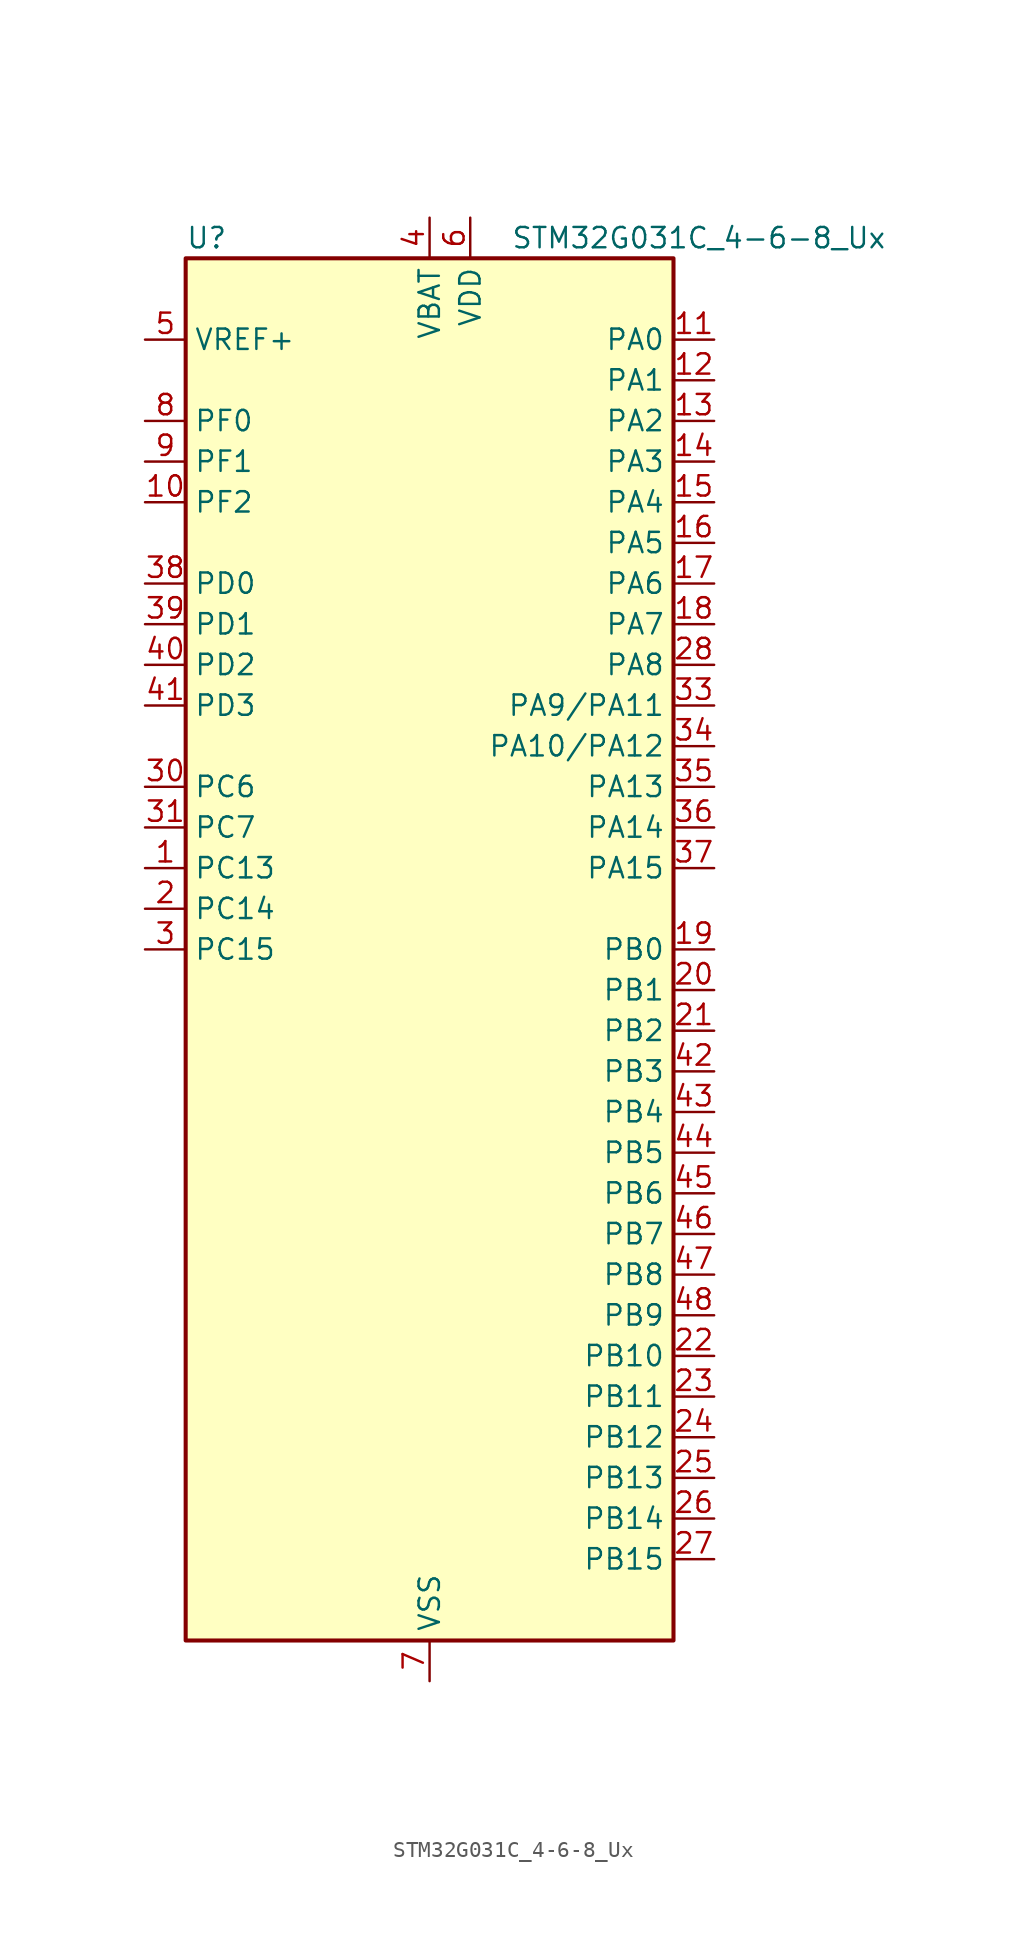
<source format=kicad_sym>
(kicad_symbol_lib
  (version 20241209)
  (generator "kicad_symbol_editor")
  (generator_version "9.0")
  (symbol "STM32G031C_4-6-8_Ux"
    (property "Reference" "U"
      (at -15.24 44.45 0)
      (effects (font (size 1.27 1.27)) (justify left)))
    (property "Value" "STM32G031C_4-6-8_Ux"
      (at 5.08 44.45 0)
      (effects (font (size 1.27 1.27)) (justify left)))
    (symbol "STM32G031C_4-6-8_Ux_0_1"
      (rectangle (start -15.24 -43.18) (end 15.24 43.18) (stroke (width 0.254) (type default)) (fill (type background))))
    (symbol "STM32G031C_4-6-8_Ux_1_1"
      (pin input line (at -17.78 38.1 0) (length 2.54) (name "VREF+" (effects (font (size 1.27 1.27)))) (number "5" (effects (font (size 1.27 1.27)))) (alternate "VREFBUF_OUT" bidirectional line))
      (pin bidirectional line (at -17.78 33.02 0) (length 2.54) (name "PF0" (effects (font (size 1.27 1.27)))) (number "8" (effects (font (size 1.27 1.27)))) (alternate "RCC_OSC_IN" bidirectional line) (alternate "TIM14_CH1" bidirectional line))
      (pin bidirectional line (at -17.78 30.48 0) (length 2.54) (name "PF1" (effects (font (size 1.27 1.27)))) (number "9" (effects (font (size 1.27 1.27)))) (alternate "RCC_OSC_EN" bidirectional line) (alternate "RCC_OSC_OUT" bidirectional line))
      (pin bidirectional line (at -17.78 27.94 0) (length 2.54) (name "PF2" (effects (font (size 1.27 1.27)))) (number "10" (effects (font (size 1.27 1.27)))) (alternate "RCC_MCO" bidirectional line))
      (pin bidirectional line (at -17.78 22.86 0) (length 2.54) (name "PD0" (effects (font (size 1.27 1.27)))) (number "38" (effects (font (size 1.27 1.27)))) (alternate "SPI2_NSS" bidirectional line) (alternate "TIM16_CH1" bidirectional line))
      (pin bidirectional line (at -17.78 20.32 0) (length 2.54) (name "PD1" (effects (font (size 1.27 1.27)))) (number "39" (effects (font (size 1.27 1.27)))) (alternate "SPI2_SCK" bidirectional line) (alternate "TIM17_CH1" bidirectional line))
      (pin bidirectional line (at -17.78 17.78 0) (length 2.54) (name "PD2" (effects (font (size 1.27 1.27)))) (number "40" (effects (font (size 1.27 1.27)))) (alternate "TIM1_CH1N" bidirectional line) (alternate "TIM3_ETR" bidirectional line))
      (pin bidirectional line (at -17.78 15.24 0) (length 2.54) (name "PD3" (effects (font (size 1.27 1.27)))) (number "41" (effects (font (size 1.27 1.27)))) (alternate "SPI2_MISO" bidirectional line) (alternate "TIM1_CH2N" bidirectional line) (alternate "USART2_CTS" bidirectional line) (alternate "USART2_NSS" bidirectional line))
      (pin bidirectional line (at -17.78 10.16 0) (length 2.54) (name "PC6" (effects (font (size 1.27 1.27)))) (number "30" (effects (font (size 1.27 1.27)))) (alternate "TIM2_CH3" bidirectional line) (alternate "TIM3_CH1" bidirectional line))
      (pin bidirectional line (at -17.78 7.62 0) (length 2.54) (name "PC7" (effects (font (size 1.27 1.27)))) (number "31" (effects (font (size 1.27 1.27)))) (alternate "TIM2_CH4" bidirectional line) (alternate "TIM3_CH2" bidirectional line))
      (pin bidirectional line (at -17.78 5.08 0) (length 2.54) (name "PC13" (effects (font (size 1.27 1.27)))) (number "1" (effects (font (size 1.27 1.27)))) (alternate "RTC_OUT_ALARM" bidirectional line) (alternate "RTC_OUT_CALIB" bidirectional line) (alternate "RTC_TAMP_IN1" bidirectional line) (alternate "RTC_TS" bidirectional line) (alternate "SYS_WKUP2" bidirectional line) (alternate "TIM1_BK" bidirectional line))
      (pin bidirectional line (at -17.78 2.54 0) (length 2.54) (name "PC14" (effects (font (size 1.27 1.27)))) (number "2" (effects (font (size 1.27 1.27)))) (alternate "RCC_OSC32_IN" bidirectional line) (alternate "TIM1_BK2" bidirectional line))
      (pin bidirectional line (at -17.78 0 0) (length 2.54) (name "PC15" (effects (font (size 1.27 1.27)))) (number "3" (effects (font (size 1.27 1.27)))) (alternate "RCC_OSC32_EN" bidirectional line) (alternate "RCC_OSC32_OUT" bidirectional line) (alternate "RCC_OSC_EN" bidirectional line))
      (pin no_connect line (at -15.24 -40.64 0) (length 2.54) (hide yes) (name "NC/PA10" (effects (font (size 1.27 1.27)))) (number "32" (effects (font (size 1.27 1.27)))) (alternate "I2C1_SDA (PA10)" bidirectional line) (alternate "NC" bidirectional line) (alternate "PA10" bidirectional line) (alternate "SPI2_MOSI (PA10)" bidirectional line) (alternate "TIM17_BK (PA10)" bidirectional line) (alternate "TIM1_CH3 (PA10)" bidirectional line) (alternate "USART1_RX (PA10)" bidirectional line))
      (pin no_connect line (at -15.24 -43.18 0) (length 2.54) (hide yes) (name "NC/PA9" (effects (font (size 1.27 1.27)))) (number "29" (effects (font (size 1.27 1.27)))) (alternate "I2C1_SCL (PA9)" bidirectional line) (alternate "NC" bidirectional line) (alternate "PA9" bidirectional line) (alternate "RCC_MCO (PA9)" bidirectional line) (alternate "SPI2_MISO (PA9)" bidirectional line) (alternate "TIM1_CH2 (PA9)" bidirectional line) (alternate "USART1_TX (PA9)" bidirectional line))
      (pin power_in line (at 0 45.72 270) (length 2.54) (name "VBAT" (effects (font (size 1.27 1.27)))) (number "4" (effects (font (size 1.27 1.27)))))
      (pin passive line (at 0 -45.72 90) (length 2.54) (hide yes) (name "VSS" (effects (font (size 1.27 1.27)))) (number "49" (effects (font (size 1.27 1.27)))))
      (pin power_in line (at 0 -45.72 90) (length 2.54) (name "VSS" (effects (font (size 1.27 1.27)))) (number "7" (effects (font (size 1.27 1.27)))))
      (pin power_in line (at 2.54 45.72 270) (length 2.54) (name "VDD" (effects (font (size 1.27 1.27)))) (number "6" (effects (font (size 1.27 1.27)))))
      (pin bidirectional line (at 17.78 38.1 180) (length 2.54) (name "PA0" (effects (font (size 1.27 1.27)))) (number "11" (effects (font (size 1.27 1.27)))) (alternate "ADC1_IN0" bidirectional line) (alternate "LPTIM1_OUT" bidirectional line) (alternate "RTC_TAMP_IN2" bidirectional line) (alternate "SPI2_SCK" bidirectional line) (alternate "SYS_WKUP1" bidirectional line) (alternate "TIM2_CH1" bidirectional line) (alternate "TIM2_ETR" bidirectional line) (alternate "USART2_CTS" bidirectional line) (alternate "USART2_NSS" bidirectional line))
      (pin bidirectional line (at 17.78 35.56 180) (length 2.54) (name "PA1" (effects (font (size 1.27 1.27)))) (number "12" (effects (font (size 1.27 1.27)))) (alternate "ADC1_IN1" bidirectional line) (alternate "I2C1_SMBA" bidirectional line) (alternate "I2S1_CK" bidirectional line) (alternate "SPI1_SCK" bidirectional line) (alternate "TIM2_CH2" bidirectional line) (alternate "USART2_CK" bidirectional line) (alternate "USART2_DE" bidirectional line) (alternate "USART2_RTS" bidirectional line))
      (pin bidirectional line (at 17.78 33.02 180) (length 2.54) (name "PA2" (effects (font (size 1.27 1.27)))) (number "13" (effects (font (size 1.27 1.27)))) (alternate "ADC1_IN2" bidirectional line) (alternate "I2S1_SD" bidirectional line) (alternate "LPUART1_TX" bidirectional line) (alternate "RCC_LSCO" bidirectional line) (alternate "SPI1_MOSI" bidirectional line) (alternate "SYS_WKUP4" bidirectional line) (alternate "TIM2_CH3" bidirectional line) (alternate "USART2_TX" bidirectional line))
      (pin bidirectional line (at 17.78 30.48 180) (length 2.54) (name "PA3" (effects (font (size 1.27 1.27)))) (number "14" (effects (font (size 1.27 1.27)))) (alternate "ADC1_IN3" bidirectional line) (alternate "LPUART1_RX" bidirectional line) (alternate "SPI2_MISO" bidirectional line) (alternate "TIM2_CH4" bidirectional line) (alternate "USART2_RX" bidirectional line))
      (pin bidirectional line (at 17.78 27.94 180) (length 2.54) (name "PA4" (effects (font (size 1.27 1.27)))) (number "15" (effects (font (size 1.27 1.27)))) (alternate "ADC1_IN4" bidirectional line) (alternate "I2S1_WS" bidirectional line) (alternate "LPTIM2_OUT" bidirectional line) (alternate "RTC_OUT_ALARM" bidirectional line) (alternate "RTC_OUT_CALIB" bidirectional line) (alternate "SPI1_NSS" bidirectional line) (alternate "SPI2_MOSI" bidirectional line) (alternate "TIM14_CH1" bidirectional line))
      (pin bidirectional line (at 17.78 25.4 180) (length 2.54) (name "PA5" (effects (font (size 1.27 1.27)))) (number "16" (effects (font (size 1.27 1.27)))) (alternate "ADC1_IN5" bidirectional line) (alternate "I2S1_CK" bidirectional line) (alternate "LPTIM2_ETR" bidirectional line) (alternate "SPI1_SCK" bidirectional line) (alternate "TIM2_CH1" bidirectional line) (alternate "TIM2_ETR" bidirectional line))
      (pin bidirectional line (at 17.78 22.86 180) (length 2.54) (name "PA6" (effects (font (size 1.27 1.27)))) (number "17" (effects (font (size 1.27 1.27)))) (alternate "ADC1_IN6" bidirectional line) (alternate "I2S1_MCK" bidirectional line) (alternate "LPUART1_CTS" bidirectional line) (alternate "SPI1_MISO" bidirectional line) (alternate "TIM16_CH1" bidirectional line) (alternate "TIM1_BK" bidirectional line) (alternate "TIM3_CH1" bidirectional line))
      (pin bidirectional line (at 17.78 20.32 180) (length 2.54) (name "PA7" (effects (font (size 1.27 1.27)))) (number "18" (effects (font (size 1.27 1.27)))) (alternate "ADC1_IN7" bidirectional line) (alternate "I2S1_SD" bidirectional line) (alternate "SPI1_MOSI" bidirectional line) (alternate "TIM14_CH1" bidirectional line) (alternate "TIM17_CH1" bidirectional line) (alternate "TIM1_CH1N" bidirectional line) (alternate "TIM3_CH2" bidirectional line))
      (pin bidirectional line (at 17.78 17.78 180) (length 2.54) (name "PA8" (effects (font (size 1.27 1.27)))) (number "28" (effects (font (size 1.27 1.27)))) (alternate "LPTIM2_OUT" bidirectional line) (alternate "RCC_MCO" bidirectional line) (alternate "SPI2_NSS" bidirectional line) (alternate "TIM1_CH1" bidirectional line))
      (pin bidirectional line (at 17.78 15.24 180) (length 2.54) (name "PA9/PA11" (effects (font (size 1.27 1.27)))) (number "33" (effects (font (size 1.27 1.27)))) (alternate "ADC1_EXTI11 (PA11)" bidirectional line) (alternate "I2C1_SCL (PA9)" bidirectional line) (alternate "I2C2_SCL (PA11)" bidirectional line) (alternate "I2S1_MCK (PA11)" bidirectional line) (alternate "PA11" bidirectional line) (alternate "PA9" bidirectional line) (alternate "RCC_MCO (PA9)" bidirectional line) (alternate "SPI1_MISO (PA11)" bidirectional line) (alternate "SPI2_MISO (PA9)" bidirectional line) (alternate "TIM1_BK2 (PA11)" bidirectional line) (alternate "TIM1_CH2 (PA9)" bidirectional line) (alternate "TIM1_CH4 (PA11)" bidirectional line) (alternate "USART1_CTS (PA11)" bidirectional line) (alternate "USART1_NSS (PA11)" bidirectional line) (alternate "USART1_TX (PA9)" bidirectional line))
      (pin bidirectional line (at 17.78 12.7 180) (length 2.54) (name "PA10/PA12" (effects (font (size 1.27 1.27)))) (number "34" (effects (font (size 1.27 1.27)))) (alternate "I2C1_SDA (PA10)" bidirectional line) (alternate "I2C2_SDA (PA12)" bidirectional line) (alternate "I2S1_SD (PA12)" bidirectional line) (alternate "I2S_CKIN (PA12)" bidirectional line) (alternate "PA10" bidirectional line) (alternate "PA12" bidirectional line) (alternate "SPI1_MOSI (PA12)" bidirectional line) (alternate "SPI2_MOSI (PA10)" bidirectional line) (alternate "TIM17_BK (PA10)" bidirectional line) (alternate "TIM1_CH3 (PA10)" bidirectional line) (alternate "TIM1_ETR (PA12)" bidirectional line) (alternate "USART1_CK (PA12)" bidirectional line) (alternate "USART1_DE (PA12)" bidirectional line) (alternate "USART1_RTS (PA12)" bidirectional line) (alternate "USART1_RX (PA10)" bidirectional line))
      (pin bidirectional line (at 17.78 10.16 180) (length 2.54) (name "PA13" (effects (font (size 1.27 1.27)))) (number "35" (effects (font (size 1.27 1.27)))) (alternate "ADC1_IN17" bidirectional line) (alternate "IR_OUT" bidirectional line) (alternate "SYS_SWDIO" bidirectional line))
      (pin bidirectional line (at 17.78 7.62 180) (length 2.54) (name "PA14" (effects (font (size 1.27 1.27)))) (number "36" (effects (font (size 1.27 1.27)))) (alternate "ADC1_IN18" bidirectional line) (alternate "SYS_SWCLK" bidirectional line) (alternate "USART2_TX" bidirectional line))
      (pin bidirectional line (at 17.78 5.08 180) (length 2.54) (name "PA15" (effects (font (size 1.27 1.27)))) (number "37" (effects (font (size 1.27 1.27)))) (alternate "I2S1_WS" bidirectional line) (alternate "SPI1_NSS" bidirectional line) (alternate "TIM2_CH1" bidirectional line) (alternate "TIM2_ETR" bidirectional line) (alternate "USART2_RX" bidirectional line))
      (pin bidirectional line (at 17.78 0 180) (length 2.54) (name "PB0" (effects (font (size 1.27 1.27)))) (number "19" (effects (font (size 1.27 1.27)))) (alternate "ADC1_IN8" bidirectional line) (alternate "I2S1_WS" bidirectional line) (alternate "LPTIM1_OUT" bidirectional line) (alternate "SPI1_NSS" bidirectional line) (alternate "TIM1_CH2N" bidirectional line) (alternate "TIM3_CH3" bidirectional line))
      (pin bidirectional line (at 17.78 -2.54 180) (length 2.54) (name "PB1" (effects (font (size 1.27 1.27)))) (number "20" (effects (font (size 1.27 1.27)))) (alternate "ADC1_IN9" bidirectional line) (alternate "LPTIM2_IN1" bidirectional line) (alternate "LPUART1_DE" bidirectional line) (alternate "LPUART1_RTS" bidirectional line) (alternate "TIM14_CH1" bidirectional line) (alternate "TIM1_CH3N" bidirectional line) (alternate "TIM3_CH4" bidirectional line))
      (pin bidirectional line (at 17.78 -5.08 180) (length 2.54) (name "PB2" (effects (font (size 1.27 1.27)))) (number "21" (effects (font (size 1.27 1.27)))) (alternate "ADC1_IN10" bidirectional line) (alternate "LPTIM1_OUT" bidirectional line) (alternate "SPI2_MISO" bidirectional line))
      (pin bidirectional line (at 17.78 -7.62 180) (length 2.54) (name "PB3" (effects (font (size 1.27 1.27)))) (number "42" (effects (font (size 1.27 1.27)))) (alternate "I2S1_CK" bidirectional line) (alternate "SPI1_SCK" bidirectional line) (alternate "TIM1_CH2" bidirectional line) (alternate "TIM2_CH2" bidirectional line) (alternate "USART1_CK" bidirectional line) (alternate "USART1_DE" bidirectional line) (alternate "USART1_RTS" bidirectional line))
      (pin bidirectional line (at 17.78 -10.16 180) (length 2.54) (name "PB4" (effects (font (size 1.27 1.27)))) (number "43" (effects (font (size 1.27 1.27)))) (alternate "I2S1_MCK" bidirectional line) (alternate "SPI1_MISO" bidirectional line) (alternate "TIM17_BK" bidirectional line) (alternate "TIM3_CH1" bidirectional line) (alternate "USART1_CTS" bidirectional line) (alternate "USART1_NSS" bidirectional line))
      (pin bidirectional line (at 17.78 -12.7 180) (length 2.54) (name "PB5" (effects (font (size 1.27 1.27)))) (number "44" (effects (font (size 1.27 1.27)))) (alternate "I2C1_SMBA" bidirectional line) (alternate "I2S1_SD" bidirectional line) (alternate "LPTIM1_IN1" bidirectional line) (alternate "SPI1_MOSI" bidirectional line) (alternate "SYS_WKUP6" bidirectional line) (alternate "TIM16_BK" bidirectional line) (alternate "TIM3_CH2" bidirectional line))
      (pin bidirectional line (at 17.78 -15.24 180) (length 2.54) (name "PB6" (effects (font (size 1.27 1.27)))) (number "45" (effects (font (size 1.27 1.27)))) (alternate "I2C1_SCL" bidirectional line) (alternate "LPTIM1_ETR" bidirectional line) (alternate "SPI2_MISO" bidirectional line) (alternate "TIM16_CH1N" bidirectional line) (alternate "TIM1_CH3" bidirectional line) (alternate "USART1_TX" bidirectional line))
      (pin bidirectional line (at 17.78 -17.78 180) (length 2.54) (name "PB7" (effects (font (size 1.27 1.27)))) (number "46" (effects (font (size 1.27 1.27)))) (alternate "I2C1_SDA" bidirectional line) (alternate "LPTIM1_IN2" bidirectional line) (alternate "SPI2_MOSI" bidirectional line) (alternate "SYS_PVD_IN" bidirectional line) (alternate "TIM17_CH1N" bidirectional line) (alternate "USART1_RX" bidirectional line))
      (pin bidirectional line (at 17.78 -20.32 180) (length 2.54) (name "PB8" (effects (font (size 1.27 1.27)))) (number "47" (effects (font (size 1.27 1.27)))) (alternate "I2C1_SCL" bidirectional line) (alternate "SPI2_SCK" bidirectional line) (alternate "TIM16_CH1" bidirectional line))
      (pin bidirectional line (at 17.78 -22.86 180) (length 2.54) (name "PB9" (effects (font (size 1.27 1.27)))) (number "48" (effects (font (size 1.27 1.27)))) (alternate "I2C1_SDA" bidirectional line) (alternate "IR_OUT" bidirectional line) (alternate "SPI2_NSS" bidirectional line) (alternate "TIM17_CH1" bidirectional line))
      (pin bidirectional line (at 17.78 -25.4 180) (length 2.54) (name "PB10" (effects (font (size 1.27 1.27)))) (number "22" (effects (font (size 1.27 1.27)))) (alternate "ADC1_IN11" bidirectional line) (alternate "I2C2_SCL" bidirectional line) (alternate "LPUART1_RX" bidirectional line) (alternate "SPI2_SCK" bidirectional line) (alternate "TIM2_CH3" bidirectional line))
      (pin bidirectional line (at 17.78 -27.94 180) (length 2.54) (name "PB11" (effects (font (size 1.27 1.27)))) (number "23" (effects (font (size 1.27 1.27)))) (alternate "ADC1_EXTI11" bidirectional line) (alternate "ADC1_IN15" bidirectional line) (alternate "I2C2_SDA" bidirectional line) (alternate "LPUART1_TX" bidirectional line) (alternate "SPI2_MOSI" bidirectional line) (alternate "TIM2_CH4" bidirectional line))
      (pin bidirectional line (at 17.78 -30.48 180) (length 2.54) (name "PB12" (effects (font (size 1.27 1.27)))) (number "24" (effects (font (size 1.27 1.27)))) (alternate "ADC1_IN16" bidirectional line) (alternate "LPUART1_DE" bidirectional line) (alternate "LPUART1_RTS" bidirectional line) (alternate "SPI2_NSS" bidirectional line) (alternate "TIM1_BK" bidirectional line))
      (pin bidirectional line (at 17.78 -33.02 180) (length 2.54) (name "PB13" (effects (font (size 1.27 1.27)))) (number "25" (effects (font (size 1.27 1.27)))) (alternate "I2C2_SCL" bidirectional line) (alternate "LPUART1_CTS" bidirectional line) (alternate "SPI2_SCK" bidirectional line) (alternate "TIM1_CH1N" bidirectional line))
      (pin bidirectional line (at 17.78 -35.56 180) (length 2.54) (name "PB14" (effects (font (size 1.27 1.27)))) (number "26" (effects (font (size 1.27 1.27)))) (alternate "I2C2_SDA" bidirectional line) (alternate "SPI2_MISO" bidirectional line) (alternate "TIM1_CH2N" bidirectional line))
      (pin bidirectional line (at 17.78 -38.1 180) (length 2.54) (name "PB15" (effects (font (size 1.27 1.27)))) (number "27" (effects (font (size 1.27 1.27)))) (alternate "RTC_REFIN" bidirectional line) (alternate "SPI2_MOSI" bidirectional line) (alternate "TIM1_CH3N" bidirectional line)))))
</source>
